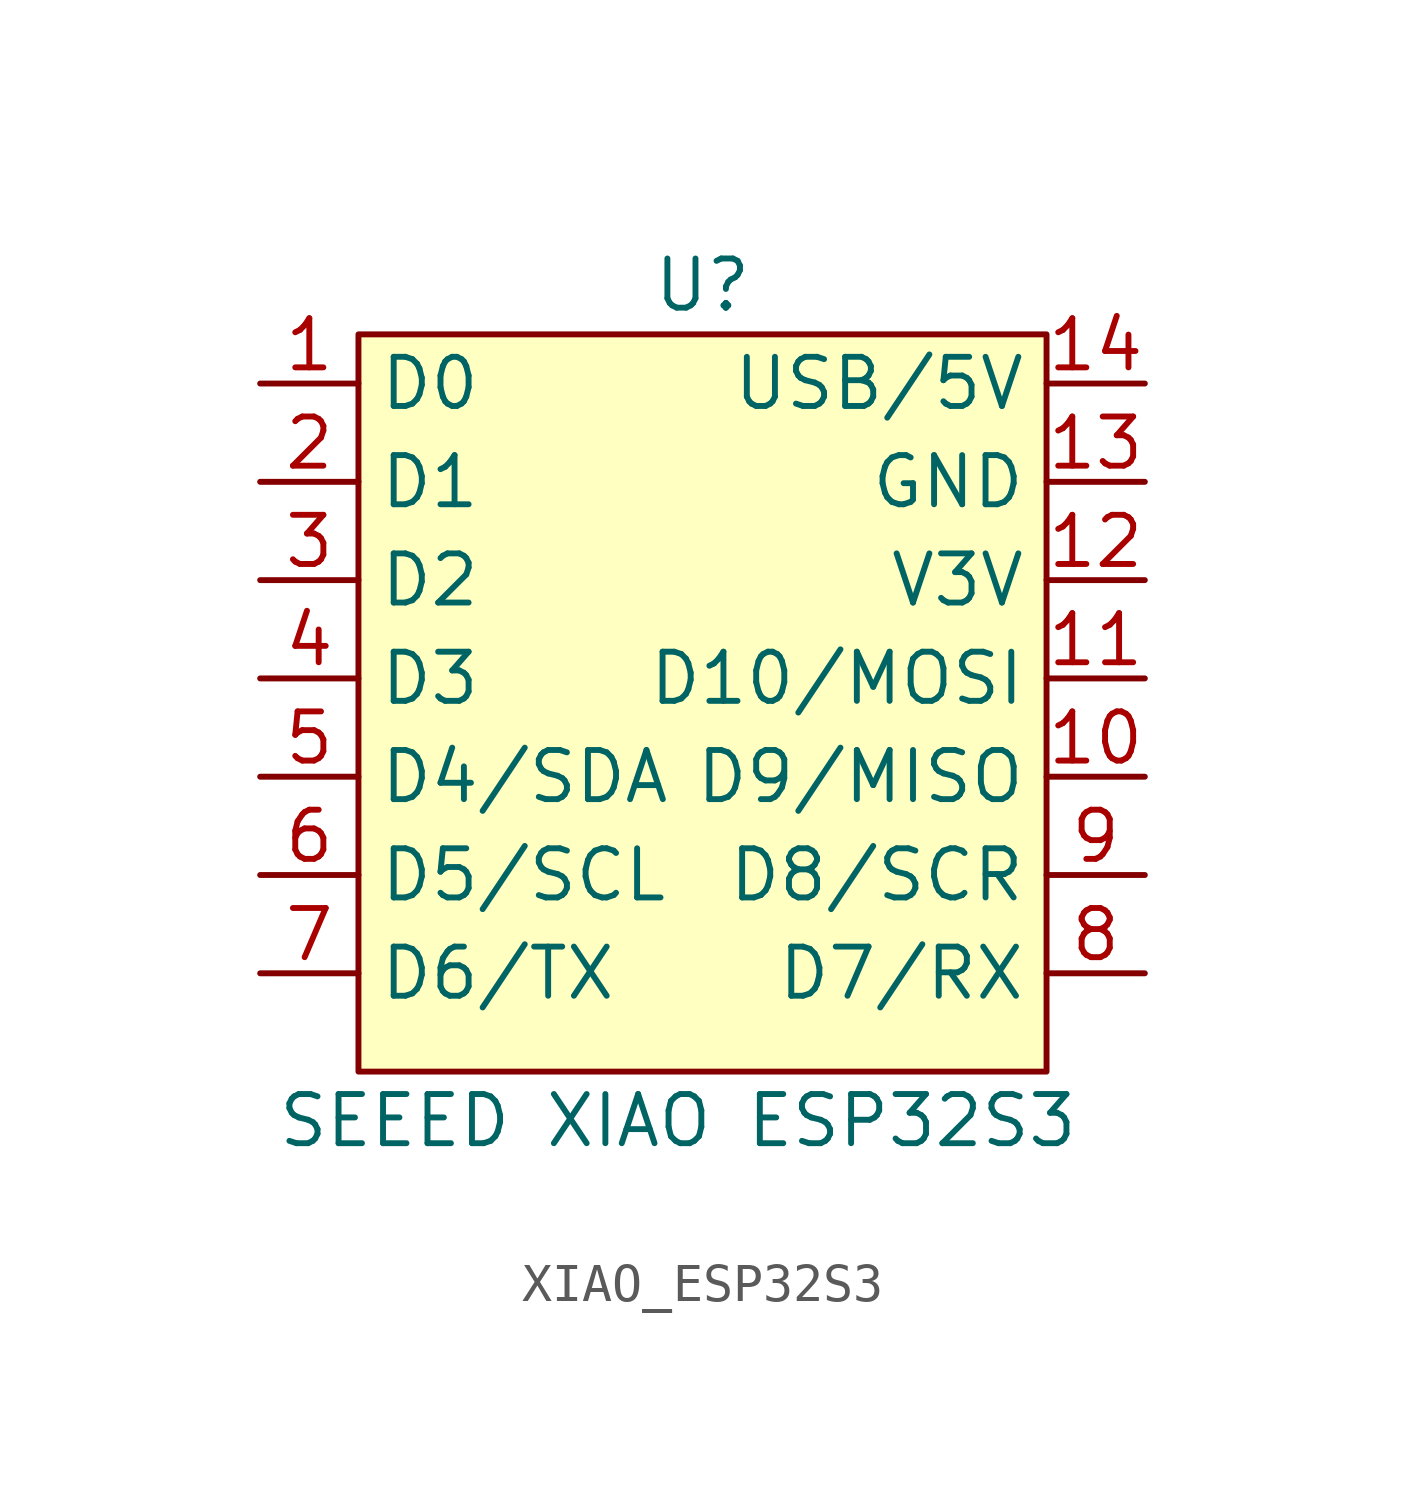
<source format=kicad_sym>
(kicad_symbol_lib
  (version 20231120)
  (generator "kicad_symbol_editor")
  (generator_version "8.0")
  (symbol "XIAO_ESP32S3"
    (property "Reference" "U"
      (at 8.89 1.27 0)
      (effects (font (size 1.27 1.27))))
    (property "Value" "SEEED XIAO ESP32S3"
      (at 8.255 -20.32 0)
      (effects (font (size 1.27 1.27))))
    (symbol "XIAO_ESP32S3_0_1"
      (rectangle (start 0 0) (end 17.78 -19.05) (stroke (width 0) (type default)) (fill (type background))))
    (symbol "XIAO_ESP32S3_1_1"
      (pin bidirectional line (at -2.54 -1.27 0) (length 2.54) (name "D0" (effects (font (size 1.27 1.27)))) (number "1" (effects (font (size 1.27 1.27)))))
      (pin bidirectional line (at 20.32 -11.43 180) (length 2.54) (name "D9/MISO" (effects (font (size 1.27 1.27)))) (number "10" (effects (font (size 1.27 1.27)))))
      (pin bidirectional line (at 20.32 -8.89 180) (length 2.54) (name "D10/MOSI" (effects (font (size 1.27 1.27)))) (number "11" (effects (font (size 1.27 1.27)))))
      (pin power_out line (at 20.32 -6.35 180) (length 2.54) (name "V3V" (effects (font (size 1.27 1.27)))) (number "12" (effects (font (size 1.27 1.27)))))
      (pin input line (at 20.32 -3.81 180) (length 2.54) (name "GND" (effects (font (size 1.27 1.27)))) (number "13" (effects (font (size 1.27 1.27)))))
      (pin power_in line (at 20.32 -1.27 180) (length 2.54) (name "USB/5V" (effects (font (size 1.27 1.27)))) (number "14" (effects (font (size 1.27 1.27)))))
      (pin bidirectional line (at -2.54 -3.81 0) (length 2.54) (name "D1" (effects (font (size 1.27 1.27)))) (number "2" (effects (font (size 1.27 1.27)))))
      (pin bidirectional line (at -2.54 -6.35 0) (length 2.54) (name "D2" (effects (font (size 1.27 1.27)))) (number "3" (effects (font (size 1.27 1.27)))))
      (pin bidirectional line (at -2.54 -8.89 0) (length 2.54) (name "D3" (effects (font (size 1.27 1.27)))) (number "4" (effects (font (size 1.27 1.27)))))
      (pin bidirectional line (at -2.54 -11.43 0) (length 2.54) (name "D4/SDA" (effects (font (size 1.27 1.27)))) (number "5" (effects (font (size 1.27 1.27)))))
      (pin bidirectional line (at -2.54 -13.97 0) (length 2.54) (name "D5/SCL" (effects (font (size 1.27 1.27)))) (number "6" (effects (font (size 1.27 1.27)))))
      (pin bidirectional line (at -2.54 -16.51 0) (length 2.54) (name "D6/TX" (effects (font (size 1.27 1.27)))) (number "7" (effects (font (size 1.27 1.27)))))
      (pin bidirectional line (at 20.32 -16.51 180) (length 2.54) (name "D7/RX" (effects (font (size 1.27 1.27)))) (number "8" (effects (font (size 1.27 1.27)))))
      (pin bidirectional line (at 20.32 -13.97 180) (length 2.54) (name "D8/SCR" (effects (font (size 1.27 1.27)))) (number "9" (effects (font (size 1.27 1.27))))))))
</source>
